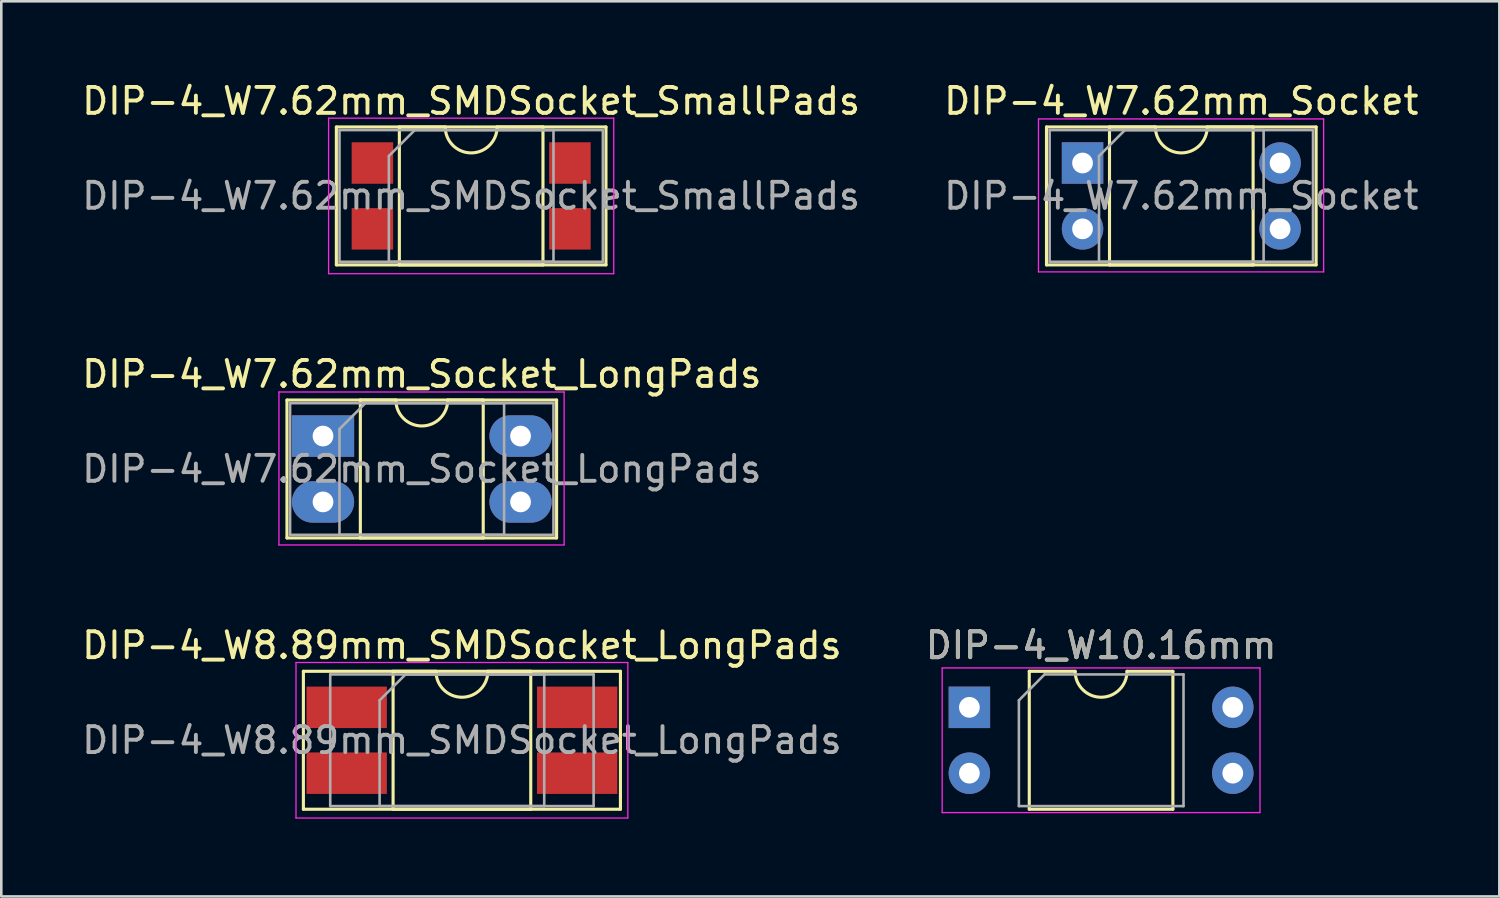
<source format=kicad_pcb>
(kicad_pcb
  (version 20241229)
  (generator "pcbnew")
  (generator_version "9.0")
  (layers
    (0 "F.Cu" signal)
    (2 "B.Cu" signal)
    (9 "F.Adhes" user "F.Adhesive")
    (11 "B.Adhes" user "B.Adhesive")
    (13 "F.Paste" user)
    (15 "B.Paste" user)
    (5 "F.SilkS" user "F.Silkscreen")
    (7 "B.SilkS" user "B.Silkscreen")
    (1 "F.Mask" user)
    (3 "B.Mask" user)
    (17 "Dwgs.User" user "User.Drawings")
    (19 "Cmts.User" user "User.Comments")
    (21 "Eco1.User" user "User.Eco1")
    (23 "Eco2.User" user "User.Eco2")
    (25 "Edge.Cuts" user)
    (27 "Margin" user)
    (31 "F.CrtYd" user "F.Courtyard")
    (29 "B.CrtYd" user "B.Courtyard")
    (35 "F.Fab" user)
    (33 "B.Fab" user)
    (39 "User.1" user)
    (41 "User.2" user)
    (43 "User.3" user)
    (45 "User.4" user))
  (footprint "DIP-4_W7.62mm_SMDSocket_SmallPads"
    (layer "F.Cu")
    (at 15.125 4.508)
    (property "Reference" "DIP-4_W7.62mm_SMDSocket_SmallPads" (at 0 -3.66 0) (layer "F.SilkS") (effects (font (size 1 1) (thickness 0.15))))
    (attr smd)
    (fp_line (start -5.2 -2.66) (end -5.2 2.66) (stroke (width 0.12) (type solid)) (layer "F.SilkS"))
    (fp_line (start -5.2 2.66) (end 5.2 2.66) (stroke (width 0.12) (type solid)) (layer "F.SilkS"))
    (fp_line (start -2.77 -2.66) (end -2.77 2.66) (stroke (width 0.12) (type solid)) (layer "F.SilkS"))
    (fp_line (start -2.77 2.66) (end 2.77 2.66) (stroke (width 0.12) (type solid)) (layer "F.SilkS"))
    (fp_line (start -1 -2.66) (end -2.77 -2.66) (stroke (width 0.12) (type solid)) (layer "F.SilkS"))
    (fp_line (start 2.77 -2.66) (end 1 -2.66) (stroke (width 0.12) (type solid)) (layer "F.SilkS"))
    (fp_line (start 2.77 2.66) (end 2.77 -2.66) (stroke (width 0.12) (type solid)) (layer "F.SilkS"))
    (fp_line (start 5.2 -2.66) (end -5.2 -2.66) (stroke (width 0.12) (type solid)) (layer "F.SilkS"))
    (fp_line (start 5.2 2.66) (end 5.2 -2.66) (stroke (width 0.12) (type solid)) (layer "F.SilkS"))
    (fp_arc (start 1 -2.66) (mid 0 -1.66) (end -1 -2.66) (stroke (width 0.12) (type solid)) (layer "F.SilkS"))
    (fp_line (start -5.5 -3) (end -5.5 3) (stroke (width 0.05) (type solid)) (layer "F.CrtYd"))
    (fp_line (start -5.5 3) (end 5.5 3) (stroke (width 0.05) (type solid)) (layer "F.CrtYd"))
    (fp_line (start 5.5 -3) (end -5.5 -3) (stroke (width 0.05) (type solid)) (layer "F.CrtYd"))
    (fp_line (start 5.5 3) (end 5.5 -3) (stroke (width 0.05) (type solid)) (layer "F.CrtYd"))
    (fp_line (start -5.08 -2.54) (end -5.08 2.54) (stroke (width 0.1) (type solid)) (layer "F.Fab"))
    (fp_line (start -5.08 2.54) (end 5.08 2.54) (stroke (width 0.1) (type solid)) (layer "F.Fab"))
    (fp_line (start -3.175 -1.54) (end -2.175 -2.54) (stroke (width 0.1) (type solid)) (layer "F.Fab"))
    (fp_line (start -3.175 2.54) (end -3.175 -1.54) (stroke (width 0.1) (type solid)) (layer "F.Fab"))
    (fp_line (start -2.175 -2.54) (end 3.175 -2.54) (stroke (width 0.1) (type solid)) (layer "F.Fab"))
    (fp_line (start 3.175 -2.54) (end 3.175 2.54) (stroke (width 0.1) (type solid)) (layer "F.Fab"))
    (fp_line (start 3.175 2.54) (end -3.175 2.54) (stroke (width 0.1) (type solid)) (layer "F.Fab"))
    (fp_line (start 5.08 -2.54) (end -5.08 -2.54) (stroke (width 0.1) (type solid)) (layer "F.Fab"))
    (fp_line (start 5.08 2.54) (end 5.08 -2.54) (stroke (width 0.1) (type solid)) (layer "F.Fab"))
    (fp_text user "${REFERENCE}" (at 0 0 0) (layer "F.Fab") (effects (font (size 1 1) (thickness 0.15))))
    (pad "1" smd rect (at -3.81 -1.27) (size 1.6 1.6) (layers "F.Cu" "F.Mask" "F.Paste"))
    (pad "2" smd rect (at -3.81 1.27) (size 1.6 1.6) (layers "F.Cu" "F.Mask" "F.Paste"))
    (pad "3" smd rect (at 3.81 1.27) (size 1.6 1.6) (layers "F.Cu" "F.Mask" "F.Paste"))
    (pad "4" smd rect (at 3.81 -1.27) (size 1.6 1.6) (layers "F.Cu" "F.Mask" "F.Paste")))
  (footprint "DIP-4_W8.89mm_SMDSocket_LongPads"
    (layer "F.Cu")
    (at 14.768 25.505)
    (property "Reference" "DIP-4_W8.89mm_SMDSocket_LongPads" (at 0 -3.66 0) (layer "F.SilkS") (effects (font (size 1 1) (thickness 0.15))))
    (attr smd)
    (fp_line (start -6.115 -2.66) (end -6.115 2.66) (stroke (width 0.12) (type solid)) (layer "F.SilkS"))
    (fp_line (start -6.115 2.66) (end 6.115 2.66) (stroke (width 0.12) (type solid)) (layer "F.SilkS"))
    (fp_line (start -2.655 -2.66) (end -2.655 2.66) (stroke (width 0.12) (type solid)) (layer "F.SilkS"))
    (fp_line (start -2.655 2.66) (end 2.655 2.66) (stroke (width 0.12) (type solid)) (layer "F.SilkS"))
    (fp_line (start -1 -2.66) (end -2.655 -2.66) (stroke (width 0.12) (type solid)) (layer "F.SilkS"))
    (fp_line (start 2.655 -2.66) (end 1 -2.66) (stroke (width 0.12) (type solid)) (layer "F.SilkS"))
    (fp_line (start 2.655 2.66) (end 2.655 -2.66) (stroke (width 0.12) (type solid)) (layer "F.SilkS"))
    (fp_line (start 6.115 -2.66) (end -6.115 -2.66) (stroke (width 0.12) (type solid)) (layer "F.SilkS"))
    (fp_line (start 6.115 2.66) (end 6.115 -2.66) (stroke (width 0.12) (type solid)) (layer "F.SilkS"))
    (fp_arc (start 1 -2.66) (mid 0 -1.66) (end -1 -2.66) (stroke (width 0.12) (type solid)) (layer "F.SilkS"))
    (fp_line (start -6.4 -3) (end -6.4 3) (stroke (width 0.05) (type solid)) (layer "F.CrtYd"))
    (fp_line (start -6.4 3) (end 6.4 3) (stroke (width 0.05) (type solid)) (layer "F.CrtYd"))
    (fp_line (start 6.4 -3) (end -6.4 -3) (stroke (width 0.05) (type solid)) (layer "F.CrtYd"))
    (fp_line (start 6.4 3) (end 6.4 -3) (stroke (width 0.05) (type solid)) (layer "F.CrtYd"))
    (fp_line (start -5.08 -2.54) (end -5.08 2.54) (stroke (width 0.1) (type solid)) (layer "F.Fab"))
    (fp_line (start -5.08 2.54) (end 5.08 2.54) (stroke (width 0.1) (type solid)) (layer "F.Fab"))
    (fp_line (start -3.175 -1.54) (end -2.175 -2.54) (stroke (width 0.1) (type solid)) (layer "F.Fab"))
    (fp_line (start -3.175 2.54) (end -3.175 -1.54) (stroke (width 0.1) (type solid)) (layer "F.Fab"))
    (fp_line (start -2.175 -2.54) (end 3.175 -2.54) (stroke (width 0.1) (type solid)) (layer "F.Fab"))
    (fp_line (start 3.175 -2.54) (end 3.175 2.54) (stroke (width 0.1) (type solid)) (layer "F.Fab"))
    (fp_line (start 3.175 2.54) (end -3.175 2.54) (stroke (width 0.1) (type solid)) (layer "F.Fab"))
    (fp_line (start 5.08 -2.54) (end -5.08 -2.54) (stroke (width 0.1) (type solid)) (layer "F.Fab"))
    (fp_line (start 5.08 2.54) (end 5.08 -2.54) (stroke (width 0.1) (type solid)) (layer "F.Fab"))
    (fp_text user "${REFERENCE}" (at 0 0 0) (layer "F.Fab") (effects (font (size 1 1) (thickness 0.15))))
    (pad "1" smd rect (at -4.445 -1.27) (size 3.1 1.6) (layers "F.Cu" "F.Mask" "F.Paste"))
    (pad "2" smd rect (at -4.445 1.27) (size 3.1 1.6) (layers "F.Cu" "F.Mask" "F.Paste"))
    (pad "3" smd rect (at 4.445 1.27) (size 3.1 1.6) (layers "F.Cu" "F.Mask" "F.Paste"))
    (pad "4" smd rect (at 4.445 -1.27) (size 3.1 1.6) (layers "F.Cu" "F.Mask" "F.Paste")))
  (footprint "DIP-4_W7.62mm_Socket"
    (layer "F.Cu")
    (at 38.708 3.238)
    (property "Reference" "DIP-4_W7.62mm_Socket" (at 3.81 -2.39 0) (layer "F.SilkS") (effects (font (size 1 1) (thickness 0.15))))
    (attr through_hole)
    (fp_line (start -1.39 -1.39) (end -1.39 3.93) (stroke (width 0.12) (type solid)) (layer "F.SilkS"))
    (fp_line (start -1.39 3.93) (end 9.01 3.93) (stroke (width 0.12) (type solid)) (layer "F.SilkS"))
    (fp_line (start 1.04 -1.39) (end 1.04 3.93) (stroke (width 0.12) (type solid)) (layer "F.SilkS"))
    (fp_line (start 1.04 3.93) (end 6.58 3.93) (stroke (width 0.12) (type solid)) (layer "F.SilkS"))
    (fp_line (start 2.81 -1.39) (end 1.04 -1.39) (stroke (width 0.12) (type solid)) (layer "F.SilkS"))
    (fp_line (start 6.58 -1.39) (end 4.81 -1.39) (stroke (width 0.12) (type solid)) (layer "F.SilkS"))
    (fp_line (start 6.58 3.93) (end 6.58 -1.39) (stroke (width 0.12) (type solid)) (layer "F.SilkS"))
    (fp_line (start 9.01 -1.39) (end -1.39 -1.39) (stroke (width 0.12) (type solid)) (layer "F.SilkS"))
    (fp_line (start 9.01 3.93) (end 9.01 -1.39) (stroke (width 0.12) (type solid)) (layer "F.SilkS"))
    (fp_arc (start 4.81 -1.39) (mid 3.81 -0.39) (end 2.81 -1.39) (stroke (width 0.12) (type solid)) (layer "F.SilkS"))
    (fp_line (start -1.7 -1.7) (end -1.7 4.2) (stroke (width 0.05) (type solid)) (layer "F.CrtYd"))
    (fp_line (start -1.7 4.2) (end 9.3 4.2) (stroke (width 0.05) (type solid)) (layer "F.CrtYd"))
    (fp_line (start 9.3 -1.7) (end -1.7 -1.7) (stroke (width 0.05) (type solid)) (layer "F.CrtYd"))
    (fp_line (start 9.3 4.2) (end 9.3 -1.7) (stroke (width 0.05) (type solid)) (layer "F.CrtYd"))
    (fp_line (start -1.27 -1.27) (end -1.27 3.81) (stroke (width 0.1) (type solid)) (layer "F.Fab"))
    (fp_line (start -1.27 3.81) (end 8.89 3.81) (stroke (width 0.1) (type solid)) (layer "F.Fab"))
    (fp_line (start 0.635 -0.27) (end 1.635 -1.27) (stroke (width 0.1) (type solid)) (layer "F.Fab"))
    (fp_line (start 0.635 3.81) (end 0.635 -0.27) (stroke (width 0.1) (type solid)) (layer "F.Fab"))
    (fp_line (start 1.635 -1.27) (end 6.985 -1.27) (stroke (width 0.1) (type solid)) (layer "F.Fab"))
    (fp_line (start 6.985 -1.27) (end 6.985 3.81) (stroke (width 0.1) (type solid)) (layer "F.Fab"))
    (fp_line (start 6.985 3.81) (end 0.635 3.81) (stroke (width 0.1) (type solid)) (layer "F.Fab"))
    (fp_line (start 8.89 -1.27) (end -1.27 -1.27) (stroke (width 0.1) (type solid)) (layer "F.Fab"))
    (fp_line (start 8.89 3.81) (end 8.89 -1.27) (stroke (width 0.1) (type solid)) (layer "F.Fab"))
    (fp_text user "${REFERENCE}" (at 3.81 1.27 0) (layer "F.Fab") (effects (font (size 1 1) (thickness 0.15))))
    (pad "1" thru_hole rect (at 0 0) (size 1.6 1.6) (drill 0.8) (layers "*.Cu" "*.Mask"))
    (pad "2" thru_hole oval (at 0 2.54) (size 1.6 1.6) (drill 0.8) (layers "*.Cu" "*.Mask"))
    (pad "3" thru_hole oval (at 7.62 2.54) (size 1.6 1.6) (drill 0.8) (layers "*.Cu" "*.Mask"))
    (pad "4" thru_hole oval (at 7.62 0) (size 1.6 1.6) (drill 0.8) (layers "*.Cu" "*.Mask")))
  (footprint "DIP-4_W7.62mm_Socket_LongPads"
    (layer "F.Cu")
    (at 9.41 13.771)
    (property "Reference" "DIP-4_W7.62mm_Socket_LongPads" (at 3.81 -2.39 0) (layer "F.SilkS") (effects (font (size 1 1) (thickness 0.15))))
    (attr through_hole)
    (fp_line (start -1.39 -1.39) (end -1.39 3.93) (stroke (width 0.12) (type solid)) (layer "F.SilkS"))
    (fp_line (start -1.39 3.93) (end 9.01 3.93) (stroke (width 0.12) (type solid)) (layer "F.SilkS"))
    (fp_line (start 1.44 -1.39) (end 1.44 3.93) (stroke (width 0.12) (type solid)) (layer "F.SilkS"))
    (fp_line (start 1.44 3.93) (end 6.18 3.93) (stroke (width 0.12) (type solid)) (layer "F.SilkS"))
    (fp_line (start 2.81 -1.39) (end 1.44 -1.39) (stroke (width 0.12) (type solid)) (layer "F.SilkS"))
    (fp_line (start 6.18 -1.39) (end 4.81 -1.39) (stroke (width 0.12) (type solid)) (layer "F.SilkS"))
    (fp_line (start 6.18 3.93) (end 6.18 -1.39) (stroke (width 0.12) (type solid)) (layer "F.SilkS"))
    (fp_line (start 9.01 -1.39) (end -1.39 -1.39) (stroke (width 0.12) (type solid)) (layer "F.SilkS"))
    (fp_line (start 9.01 3.93) (end 9.01 -1.39) (stroke (width 0.12) (type solid)) (layer "F.SilkS"))
    (fp_arc (start 4.81 -1.39) (mid 3.81 -0.39) (end 2.81 -1.39) (stroke (width 0.12) (type solid)) (layer "F.SilkS"))
    (fp_line (start -1.7 -1.7) (end -1.7 4.2) (stroke (width 0.05) (type solid)) (layer "F.CrtYd"))
    (fp_line (start -1.7 4.2) (end 9.3 4.2) (stroke (width 0.05) (type solid)) (layer "F.CrtYd"))
    (fp_line (start 9.3 -1.7) (end -1.7 -1.7) (stroke (width 0.05) (type solid)) (layer "F.CrtYd"))
    (fp_line (start 9.3 4.2) (end 9.3 -1.7) (stroke (width 0.05) (type solid)) (layer "F.CrtYd"))
    (fp_line (start -1.27 -1.27) (end -1.27 3.81) (stroke (width 0.1) (type solid)) (layer "F.Fab"))
    (fp_line (start -1.27 3.81) (end 8.89 3.81) (stroke (width 0.1) (type solid)) (layer "F.Fab"))
    (fp_line (start 0.635 -0.27) (end 1.635 -1.27) (stroke (width 0.1) (type solid)) (layer "F.Fab"))
    (fp_line (start 0.635 3.81) (end 0.635 -0.27) (stroke (width 0.1) (type solid)) (layer "F.Fab"))
    (fp_line (start 1.635 -1.27) (end 6.985 -1.27) (stroke (width 0.1) (type solid)) (layer "F.Fab"))
    (fp_line (start 6.985 -1.27) (end 6.985 3.81) (stroke (width 0.1) (type solid)) (layer "F.Fab"))
    (fp_line (start 6.985 3.81) (end 0.635 3.81) (stroke (width 0.1) (type solid)) (layer "F.Fab"))
    (fp_line (start 8.89 -1.27) (end -1.27 -1.27) (stroke (width 0.1) (type solid)) (layer "F.Fab"))
    (fp_line (start 8.89 3.81) (end 8.89 -1.27) (stroke (width 0.1) (type solid)) (layer "F.Fab"))
    (fp_text user "${REFERENCE}" (at 3.81 1.27 0) (layer "F.Fab") (effects (font (size 1 1) (thickness 0.15))))
    (pad "1" thru_hole rect (at 0 0) (size 2.4 1.6) (drill 0.8) (layers "*.Cu" "*.Mask"))
    (pad "2" thru_hole oval (at 0 2.54) (size 2.4 1.6) (drill 0.8) (layers "*.Cu" "*.Mask"))
    (pad "3" thru_hole oval (at 7.62 2.54) (size 2.4 1.6) (drill 0.8) (layers "*.Cu" "*.Mask"))
    (pad "4" thru_hole oval (at 7.62 0) (size 2.4 1.6) (drill 0.8) (layers "*.Cu" "*.Mask")))
  (footprint "DIP-4_W10.16mm"
    (layer "F.Cu")
    (at 34.343 24.235)
    (property "Reference" "DIP-4_W10.16mm" (at 5.08 -2.39 0) (layer "F.SilkS") (effects (font (size 1 1) (thickness 0.15))))
    (attr through_hole)
    (fp_line (start 2.31 -1.39) (end 2.31 3.93) (stroke (width 0.12) (type solid)) (layer "F.SilkS"))
    (fp_line (start 2.31 3.93) (end 7.85 3.93) (stroke (width 0.12) (type solid)) (layer "F.SilkS"))
    (fp_line (start 4.08 -1.39) (end 2.31 -1.39) (stroke (width 0.12) (type solid)) (layer "F.SilkS"))
    (fp_line (start 7.85 -1.39) (end 6.08 -1.39) (stroke (width 0.12) (type solid)) (layer "F.SilkS"))
    (fp_line (start 7.85 3.93) (end 7.85 -1.39) (stroke (width 0.12) (type solid)) (layer "F.SilkS"))
    (fp_arc (start 6.08 -1.39) (mid 5.08 -0.39) (end 4.08 -1.39) (stroke (width 0.12) (type solid)) (layer "F.SilkS"))
    (fp_line (start -1.05 -1.52) (end -1.05 4.06) (stroke (width 0.05) (type solid)) (layer "F.CrtYd"))
    (fp_line (start -1.05 -1.52) (end 11.21 -1.52) (stroke (width 0.05) (type solid)) (layer "F.CrtYd"))
    (fp_line (start 11.21 4.06) (end -1.05 4.06) (stroke (width 0.05) (type solid)) (layer "F.CrtYd"))
    (fp_line (start 11.21 4.06) (end 11.21 -1.52) (stroke (width 0.05) (type solid)) (layer "F.CrtYd"))
    (fp_line (start 1.91 -0.27) (end 2.9 -1.27) (stroke (width 0.1) (type solid)) (layer "F.Fab"))
    (fp_line (start 1.91 3.81) (end 1.91 -0.27) (stroke (width 0.1) (type solid)) (layer "F.Fab"))
    (fp_line (start 2.9 -1.27) (end 8.26 -1.27) (stroke (width 0.1) (type solid)) (layer "F.Fab"))
    (fp_line (start 8.26 -1.27) (end 8.26 3.81) (stroke (width 0.1) (type solid)) (layer "F.Fab"))
    (fp_line (start 8.26 3.81) (end 1.91 3.81) (stroke (width 0.1) (type solid)) (layer "F.Fab"))
    (fp_text user "${REFERENCE}" (at 5.08 -2.39 0) (layer "F.Fab") (effects (font (size 1 1) (thickness 0.15))))
    (pad "1" thru_hole rect (at 0 0) (size 1.6 1.6) (drill 0.8) (layers "*.Cu" "*.Mask"))
    (pad "2" thru_hole oval (at 0 2.54) (size 1.6 1.6) (drill 0.8) (layers "*.Cu" "*.Mask"))
    (pad "3" thru_hole oval (at 10.16 2.54) (size 1.6 1.6) (drill 0.8) (layers "*.Cu" "*.Mask"))
    (pad "4" thru_hole oval (at 10.16 0) (size 1.6 1.6) (drill 0.8) (layers "*.Cu" "*.Mask")))
  (gr_rect
    (start -3 -3)
    (end 54.786 31.53)
    (stroke (width 0.1) (type default))
    (fill no)
    (layer "Edge.Cuts")))
</source>
